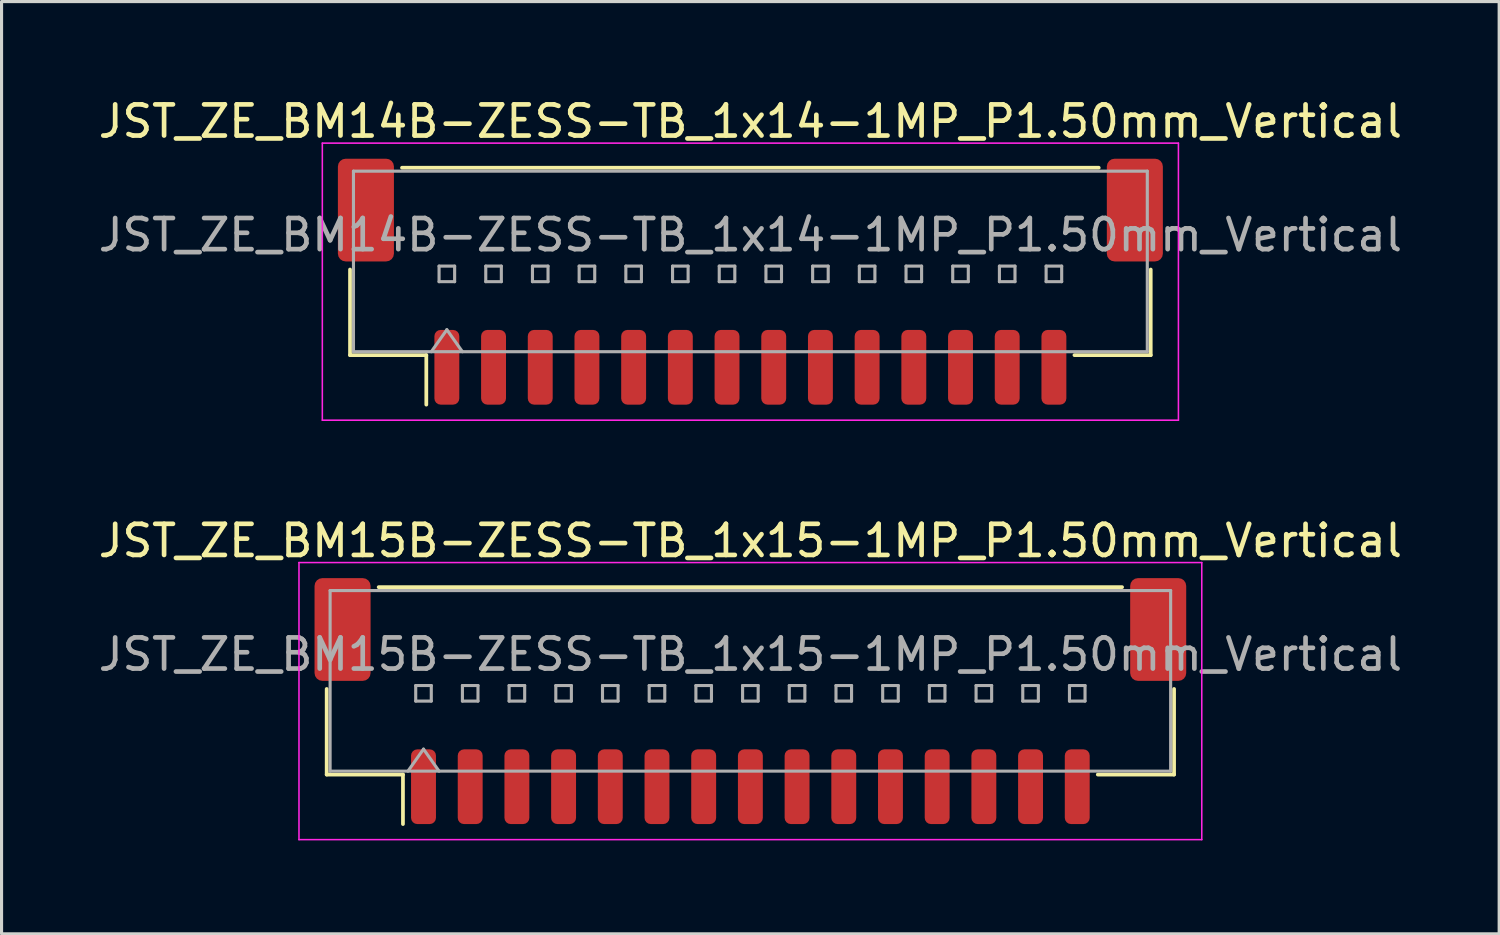
<source format=kicad_pcb>
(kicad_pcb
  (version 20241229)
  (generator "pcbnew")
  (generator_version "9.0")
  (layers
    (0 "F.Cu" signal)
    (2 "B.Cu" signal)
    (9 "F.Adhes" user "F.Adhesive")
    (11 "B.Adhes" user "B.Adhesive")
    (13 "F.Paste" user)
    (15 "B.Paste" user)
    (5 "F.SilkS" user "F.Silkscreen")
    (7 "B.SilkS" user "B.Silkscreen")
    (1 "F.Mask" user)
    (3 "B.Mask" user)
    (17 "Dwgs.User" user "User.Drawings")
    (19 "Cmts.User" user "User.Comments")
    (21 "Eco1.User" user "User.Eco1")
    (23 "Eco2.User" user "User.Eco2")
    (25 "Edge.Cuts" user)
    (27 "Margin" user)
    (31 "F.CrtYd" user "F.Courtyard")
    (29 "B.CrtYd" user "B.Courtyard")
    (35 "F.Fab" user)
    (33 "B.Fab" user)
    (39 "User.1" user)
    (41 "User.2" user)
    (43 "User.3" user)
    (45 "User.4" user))
  (footprint "JST_ZE_BM14B-ZESS-TB_1x14-1MP_P1.50mm_Vertical"
    (layer "F.Cu")
    (at 21.054 5.998)
    (property "Reference" "JST_ZE_BM14B-ZESS-TB_1x14-1MP_P1.50mm_Vertical" (at 0 -5.15 0) (layer "F.SilkS") (effects (font (size 1 1) (thickness 0.15))))
    (attr smd)
    (fp_line (start -12.86 -0.39) (end -12.86 2.36) (stroke (width 0.12) (type solid)) (layer "F.SilkS"))
    (fp_line (start -12.86 2.36) (end -10.41 2.36) (stroke (width 0.12) (type solid)) (layer "F.SilkS"))
    (fp_line (start -11.19 -3.66) (end 11.19 -3.66) (stroke (width 0.12) (type solid)) (layer "F.SilkS"))
    (fp_line (start -10.41 2.36) (end -10.41 3.95) (stroke (width 0.12) (type solid)) (layer "F.SilkS"))
    (fp_line (start 12.86 -0.39) (end 12.86 2.36) (stroke (width 0.12) (type solid)) (layer "F.SilkS"))
    (fp_line (start 12.86 2.36) (end 10.41 2.36) (stroke (width 0.12) (type solid)) (layer "F.SilkS"))
    (fp_line (start -13.75 -4.45) (end -13.75 4.45) (stroke (width 0.05) (type solid)) (layer "F.CrtYd"))
    (fp_line (start -13.75 4.45) (end 13.75 4.45) (stroke (width 0.05) (type solid)) (layer "F.CrtYd"))
    (fp_line (start 13.75 -4.45) (end -13.75 -4.45) (stroke (width 0.05) (type solid)) (layer "F.CrtYd"))
    (fp_line (start 13.75 4.45) (end 13.75 -4.45) (stroke (width 0.05) (type solid)) (layer "F.CrtYd"))
    (fp_line (start -12.75 -3.55) (end 12.75 -3.55) (stroke (width 0.1) (type solid)) (layer "F.Fab"))
    (fp_line (start -12.75 2.25) (end -12.75 -3.55) (stroke (width 0.1) (type solid)) (layer "F.Fab"))
    (fp_line (start -12.75 2.25) (end 12.75 2.25) (stroke (width 0.1) (type solid)) (layer "F.Fab"))
    (fp_line (start -10.25 2.25) (end -9.75 1.543) (stroke (width 0.1) (type solid)) (layer "F.Fab"))
    (fp_line (start -10 -0.5) (end -10 0) (stroke (width 0.1) (type solid)) (layer "F.Fab"))
    (fp_line (start -10 0) (end -9.5 0) (stroke (width 0.1) (type solid)) (layer "F.Fab"))
    (fp_line (start -9.75 1.543) (end -9.25 2.25) (stroke (width 0.1) (type solid)) (layer "F.Fab"))
    (fp_line (start -9.5 -0.5) (end -10 -0.5) (stroke (width 0.1) (type solid)) (layer "F.Fab"))
    (fp_line (start -9.5 0) (end -9.5 -0.5) (stroke (width 0.1) (type solid)) (layer "F.Fab"))
    (fp_line (start -8.5 -0.5) (end -8.5 0) (stroke (width 0.1) (type solid)) (layer "F.Fab"))
    (fp_line (start -8.5 0) (end -8 0) (stroke (width 0.1) (type solid)) (layer "F.Fab"))
    (fp_line (start -8 -0.5) (end -8.5 -0.5) (stroke (width 0.1) (type solid)) (layer "F.Fab"))
    (fp_line (start -8 0) (end -8 -0.5) (stroke (width 0.1) (type solid)) (layer "F.Fab"))
    (fp_line (start -7 -0.5) (end -7 0) (stroke (width 0.1) (type solid)) (layer "F.Fab"))
    (fp_line (start -7 0) (end -6.5 0) (stroke (width 0.1) (type solid)) (layer "F.Fab"))
    (fp_line (start -6.5 -0.5) (end -7 -0.5) (stroke (width 0.1) (type solid)) (layer "F.Fab"))
    (fp_line (start -6.5 0) (end -6.5 -0.5) (stroke (width 0.1) (type solid)) (layer "F.Fab"))
    (fp_line (start -5.5 -0.5) (end -5.5 0) (stroke (width 0.1) (type solid)) (layer "F.Fab"))
    (fp_line (start -5.5 0) (end -5 0) (stroke (width 0.1) (type solid)) (layer "F.Fab"))
    (fp_line (start -5 -0.5) (end -5.5 -0.5) (stroke (width 0.1) (type solid)) (layer "F.Fab"))
    (fp_line (start -5 0) (end -5 -0.5) (stroke (width 0.1) (type solid)) (layer "F.Fab"))
    (fp_line (start -4 -0.5) (end -4 0) (stroke (width 0.1) (type solid)) (layer "F.Fab"))
    (fp_line (start -4 0) (end -3.5 0) (stroke (width 0.1) (type solid)) (layer "F.Fab"))
    (fp_line (start -3.5 -0.5) (end -4 -0.5) (stroke (width 0.1) (type solid)) (layer "F.Fab"))
    (fp_line (start -3.5 0) (end -3.5 -0.5) (stroke (width 0.1) (type solid)) (layer "F.Fab"))
    (fp_line (start -2.5 -0.5) (end -2.5 0) (stroke (width 0.1) (type solid)) (layer "F.Fab"))
    (fp_line (start -2.5 0) (end -2 0) (stroke (width 0.1) (type solid)) (layer "F.Fab"))
    (fp_line (start -2 -0.5) (end -2.5 -0.5) (stroke (width 0.1) (type solid)) (layer "F.Fab"))
    (fp_line (start -2 0) (end -2 -0.5) (stroke (width 0.1) (type solid)) (layer "F.Fab"))
    (fp_line (start -1 -0.5) (end -1 0) (stroke (width 0.1) (type solid)) (layer "F.Fab"))
    (fp_line (start -1 0) (end -0.5 0) (stroke (width 0.1) (type solid)) (layer "F.Fab"))
    (fp_line (start -0.5 -0.5) (end -1 -0.5) (stroke (width 0.1) (type solid)) (layer "F.Fab"))
    (fp_line (start -0.5 0) (end -0.5 -0.5) (stroke (width 0.1) (type solid)) (layer "F.Fab"))
    (fp_line (start 0.5 -0.5) (end 0.5 0) (stroke (width 0.1) (type solid)) (layer "F.Fab"))
    (fp_line (start 0.5 0) (end 1 0) (stroke (width 0.1) (type solid)) (layer "F.Fab"))
    (fp_line (start 1 -0.5) (end 0.5 -0.5) (stroke (width 0.1) (type solid)) (layer "F.Fab"))
    (fp_line (start 1 0) (end 1 -0.5) (stroke (width 0.1) (type solid)) (layer "F.Fab"))
    (fp_line (start 2 -0.5) (end 2 0) (stroke (width 0.1) (type solid)) (layer "F.Fab"))
    (fp_line (start 2 0) (end 2.5 0) (stroke (width 0.1) (type solid)) (layer "F.Fab"))
    (fp_line (start 2.5 -0.5) (end 2 -0.5) (stroke (width 0.1) (type solid)) (layer "F.Fab"))
    (fp_line (start 2.5 0) (end 2.5 -0.5) (stroke (width 0.1) (type solid)) (layer "F.Fab"))
    (fp_line (start 3.5 -0.5) (end 3.5 0) (stroke (width 0.1) (type solid)) (layer "F.Fab"))
    (fp_line (start 3.5 0) (end 4 0) (stroke (width 0.1) (type solid)) (layer "F.Fab"))
    (fp_line (start 4 -0.5) (end 3.5 -0.5) (stroke (width 0.1) (type solid)) (layer "F.Fab"))
    (fp_line (start 4 0) (end 4 -0.5) (stroke (width 0.1) (type solid)) (layer "F.Fab"))
    (fp_line (start 5 -0.5) (end 5 0) (stroke (width 0.1) (type solid)) (layer "F.Fab"))
    (fp_line (start 5 0) (end 5.5 0) (stroke (width 0.1) (type solid)) (layer "F.Fab"))
    (fp_line (start 5.5 -0.5) (end 5 -0.5) (stroke (width 0.1) (type solid)) (layer "F.Fab"))
    (fp_line (start 5.5 0) (end 5.5 -0.5) (stroke (width 0.1) (type solid)) (layer "F.Fab"))
    (fp_line (start 6.5 -0.5) (end 6.5 0) (stroke (width 0.1) (type solid)) (layer "F.Fab"))
    (fp_line (start 6.5 0) (end 7 0) (stroke (width 0.1) (type solid)) (layer "F.Fab"))
    (fp_line (start 7 -0.5) (end 6.5 -0.5) (stroke (width 0.1) (type solid)) (layer "F.Fab"))
    (fp_line (start 7 0) (end 7 -0.5) (stroke (width 0.1) (type solid)) (layer "F.Fab"))
    (fp_line (start 8 -0.5) (end 8 0) (stroke (width 0.1) (type solid)) (layer "F.Fab"))
    (fp_line (start 8 0) (end 8.5 0) (stroke (width 0.1) (type solid)) (layer "F.Fab"))
    (fp_line (start 8.5 -0.5) (end 8 -0.5) (stroke (width 0.1) (type solid)) (layer "F.Fab"))
    (fp_line (start 8.5 0) (end 8.5 -0.5) (stroke (width 0.1) (type solid)) (layer "F.Fab"))
    (fp_line (start 9.5 -0.5) (end 9.5 0) (stroke (width 0.1) (type solid)) (layer "F.Fab"))
    (fp_line (start 9.5 0) (end 10 0) (stroke (width 0.1) (type solid)) (layer "F.Fab"))
    (fp_line (start 10 -0.5) (end 9.5 -0.5) (stroke (width 0.1) (type solid)) (layer "F.Fab"))
    (fp_line (start 10 0) (end 10 -0.5) (stroke (width 0.1) (type solid)) (layer "F.Fab"))
    (fp_line (start 12.75 2.25) (end 12.75 -3.55) (stroke (width 0.1) (type solid)) (layer "F.Fab"))
    (fp_text user "${REFERENCE}" (at 0 -1.5 0) (layer "F.Fab") (effects (font (size 1 1) (thickness 0.15))))
    (pad "1" smd roundrect (at -9.75 2.75) (size 0.8 2.4) (layers "F.Cu" "F.Mask" "F.Paste") (roundrect_rratio 0.25))
    (pad "2" smd roundrect (at -8.25 2.75) (size 0.8 2.4) (layers "F.Cu" "F.Mask" "F.Paste") (roundrect_rratio 0.25))
    (pad "3" smd roundrect (at -6.75 2.75) (size 0.8 2.4) (layers "F.Cu" "F.Mask" "F.Paste") (roundrect_rratio 0.25))
    (pad "4" smd roundrect (at -5.25 2.75) (size 0.8 2.4) (layers "F.Cu" "F.Mask" "F.Paste") (roundrect_rratio 0.25))
    (pad "5" smd roundrect (at -3.75 2.75) (size 0.8 2.4) (layers "F.Cu" "F.Mask" "F.Paste") (roundrect_rratio 0.25))
    (pad "6" smd roundrect (at -2.25 2.75) (size 0.8 2.4) (layers "F.Cu" "F.Mask" "F.Paste") (roundrect_rratio 0.25))
    (pad "7" smd roundrect (at -0.75 2.75) (size 0.8 2.4) (layers "F.Cu" "F.Mask" "F.Paste") (roundrect_rratio 0.25))
    (pad "8" smd roundrect (at 0.75 2.75) (size 0.8 2.4) (layers "F.Cu" "F.Mask" "F.Paste") (roundrect_rratio 0.25))
    (pad "9" smd roundrect (at 2.25 2.75) (size 0.8 2.4) (layers "F.Cu" "F.Mask" "F.Paste") (roundrect_rratio 0.25))
    (pad "10" smd roundrect (at 3.75 2.75) (size 0.8 2.4) (layers "F.Cu" "F.Mask" "F.Paste") (roundrect_rratio 0.25))
    (pad "11" smd roundrect (at 5.25 2.75) (size 0.8 2.4) (layers "F.Cu" "F.Mask" "F.Paste") (roundrect_rratio 0.25))
    (pad "12" smd roundrect (at 6.75 2.75) (size 0.8 2.4) (layers "F.Cu" "F.Mask" "F.Paste") (roundrect_rratio 0.25))
    (pad "13" smd roundrect (at 8.25 2.75) (size 0.8 2.4) (layers "F.Cu" "F.Mask" "F.Paste") (roundrect_rratio 0.25))
    (pad "14" smd roundrect (at 9.75 2.75) (size 0.8 2.4) (layers "F.Cu" "F.Mask" "F.Paste") (roundrect_rratio 0.25))
    (pad "MP" smd roundrect (at -12.35 -2.3) (size 1.8 3.3) (layers "F.Cu" "F.Mask" "F.Paste") (roundrect_rratio 0.139))
    (pad "MP" smd roundrect (at 12.35 -2.3) (size 1.8 3.3) (layers "F.Cu" "F.Mask" "F.Paste") (roundrect_rratio 0.139)))
  (footprint "JST_ZE_BM15B-ZESS-TB_1x15-1MP_P1.50mm_Vertical"
    (layer "F.Cu")
    (at 21.054 19.471)
    (property "Reference" "JST_ZE_BM15B-ZESS-TB_1x15-1MP_P1.50mm_Vertical" (at 0 -5.15 0) (layer "F.SilkS") (effects (font (size 1 1) (thickness 0.15))))
    (attr smd)
    (fp_line (start -13.61 -0.39) (end -13.61 2.36) (stroke (width 0.12) (type solid)) (layer "F.SilkS"))
    (fp_line (start -13.61 2.36) (end -11.16 2.36) (stroke (width 0.12) (type solid)) (layer "F.SilkS"))
    (fp_line (start -11.94 -3.66) (end 11.94 -3.66) (stroke (width 0.12) (type solid)) (layer "F.SilkS"))
    (fp_line (start -11.16 2.36) (end -11.16 3.95) (stroke (width 0.12) (type solid)) (layer "F.SilkS"))
    (fp_line (start 13.61 -0.39) (end 13.61 2.36) (stroke (width 0.12) (type solid)) (layer "F.SilkS"))
    (fp_line (start 13.61 2.36) (end 11.16 2.36) (stroke (width 0.12) (type solid)) (layer "F.SilkS"))
    (fp_line (start -14.5 -4.45) (end -14.5 4.45) (stroke (width 0.05) (type solid)) (layer "F.CrtYd"))
    (fp_line (start -14.5 4.45) (end 14.5 4.45) (stroke (width 0.05) (type solid)) (layer "F.CrtYd"))
    (fp_line (start 14.5 -4.45) (end -14.5 -4.45) (stroke (width 0.05) (type solid)) (layer "F.CrtYd"))
    (fp_line (start 14.5 4.45) (end 14.5 -4.45) (stroke (width 0.05) (type solid)) (layer "F.CrtYd"))
    (fp_line (start -13.5 -3.55) (end 13.5 -3.55) (stroke (width 0.1) (type solid)) (layer "F.Fab"))
    (fp_line (start -13.5 2.25) (end -13.5 -3.55) (stroke (width 0.1) (type solid)) (layer "F.Fab"))
    (fp_line (start -13.5 2.25) (end 13.5 2.25) (stroke (width 0.1) (type solid)) (layer "F.Fab"))
    (fp_line (start -11 2.25) (end -10.5 1.543) (stroke (width 0.1) (type solid)) (layer "F.Fab"))
    (fp_line (start -10.75 -0.5) (end -10.75 0) (stroke (width 0.1) (type solid)) (layer "F.Fab"))
    (fp_line (start -10.75 0) (end -10.25 0) (stroke (width 0.1) (type solid)) (layer "F.Fab"))
    (fp_line (start -10.5 1.543) (end -10 2.25) (stroke (width 0.1) (type solid)) (layer "F.Fab"))
    (fp_line (start -10.25 -0.5) (end -10.75 -0.5) (stroke (width 0.1) (type solid)) (layer "F.Fab"))
    (fp_line (start -10.25 0) (end -10.25 -0.5) (stroke (width 0.1) (type solid)) (layer "F.Fab"))
    (fp_line (start -9.25 -0.5) (end -9.25 0) (stroke (width 0.1) (type solid)) (layer "F.Fab"))
    (fp_line (start -9.25 0) (end -8.75 0) (stroke (width 0.1) (type solid)) (layer "F.Fab"))
    (fp_line (start -8.75 -0.5) (end -9.25 -0.5) (stroke (width 0.1) (type solid)) (layer "F.Fab"))
    (fp_line (start -8.75 0) (end -8.75 -0.5) (stroke (width 0.1) (type solid)) (layer "F.Fab"))
    (fp_line (start -7.75 -0.5) (end -7.75 0) (stroke (width 0.1) (type solid)) (layer "F.Fab"))
    (fp_line (start -7.75 0) (end -7.25 0) (stroke (width 0.1) (type solid)) (layer "F.Fab"))
    (fp_line (start -7.25 -0.5) (end -7.75 -0.5) (stroke (width 0.1) (type solid)) (layer "F.Fab"))
    (fp_line (start -7.25 0) (end -7.25 -0.5) (stroke (width 0.1) (type solid)) (layer "F.Fab"))
    (fp_line (start -6.25 -0.5) (end -6.25 0) (stroke (width 0.1) (type solid)) (layer "F.Fab"))
    (fp_line (start -6.25 0) (end -5.75 0) (stroke (width 0.1) (type solid)) (layer "F.Fab"))
    (fp_line (start -5.75 -0.5) (end -6.25 -0.5) (stroke (width 0.1) (type solid)) (layer "F.Fab"))
    (fp_line (start -5.75 0) (end -5.75 -0.5) (stroke (width 0.1) (type solid)) (layer "F.Fab"))
    (fp_line (start -4.75 -0.5) (end -4.75 0) (stroke (width 0.1) (type solid)) (layer "F.Fab"))
    (fp_line (start -4.75 0) (end -4.25 0) (stroke (width 0.1) (type solid)) (layer "F.Fab"))
    (fp_line (start -4.25 -0.5) (end -4.75 -0.5) (stroke (width 0.1) (type solid)) (layer "F.Fab"))
    (fp_line (start -4.25 0) (end -4.25 -0.5) (stroke (width 0.1) (type solid)) (layer "F.Fab"))
    (fp_line (start -3.25 -0.5) (end -3.25 0) (stroke (width 0.1) (type solid)) (layer "F.Fab"))
    (fp_line (start -3.25 0) (end -2.75 0) (stroke (width 0.1) (type solid)) (layer "F.Fab"))
    (fp_line (start -2.75 -0.5) (end -3.25 -0.5) (stroke (width 0.1) (type solid)) (layer "F.Fab"))
    (fp_line (start -2.75 0) (end -2.75 -0.5) (stroke (width 0.1) (type solid)) (layer "F.Fab"))
    (fp_line (start -1.75 -0.5) (end -1.75 0) (stroke (width 0.1) (type solid)) (layer "F.Fab"))
    (fp_line (start -1.75 0) (end -1.25 0) (stroke (width 0.1) (type solid)) (layer "F.Fab"))
    (fp_line (start -1.25 -0.5) (end -1.75 -0.5) (stroke (width 0.1) (type solid)) (layer "F.Fab"))
    (fp_line (start -1.25 0) (end -1.25 -0.5) (stroke (width 0.1) (type solid)) (layer "F.Fab"))
    (fp_line (start -0.25 -0.5) (end -0.25 0) (stroke (width 0.1) (type solid)) (layer "F.Fab"))
    (fp_line (start -0.25 0) (end 0.25 0) (stroke (width 0.1) (type solid)) (layer "F.Fab"))
    (fp_line (start 0.25 -0.5) (end -0.25 -0.5) (stroke (width 0.1) (type solid)) (layer "F.Fab"))
    (fp_line (start 0.25 0) (end 0.25 -0.5) (stroke (width 0.1) (type solid)) (layer "F.Fab"))
    (fp_line (start 1.25 -0.5) (end 1.25 0) (stroke (width 0.1) (type solid)) (layer "F.Fab"))
    (fp_line (start 1.25 0) (end 1.75 0) (stroke (width 0.1) (type solid)) (layer "F.Fab"))
    (fp_line (start 1.75 -0.5) (end 1.25 -0.5) (stroke (width 0.1) (type solid)) (layer "F.Fab"))
    (fp_line (start 1.75 0) (end 1.75 -0.5) (stroke (width 0.1) (type solid)) (layer "F.Fab"))
    (fp_line (start 2.75 -0.5) (end 2.75 0) (stroke (width 0.1) (type solid)) (layer "F.Fab"))
    (fp_line (start 2.75 0) (end 3.25 0) (stroke (width 0.1) (type solid)) (layer "F.Fab"))
    (fp_line (start 3.25 -0.5) (end 2.75 -0.5) (stroke (width 0.1) (type solid)) (layer "F.Fab"))
    (fp_line (start 3.25 0) (end 3.25 -0.5) (stroke (width 0.1) (type solid)) (layer "F.Fab"))
    (fp_line (start 4.25 -0.5) (end 4.25 0) (stroke (width 0.1) (type solid)) (layer "F.Fab"))
    (fp_line (start 4.25 0) (end 4.75 0) (stroke (width 0.1) (type solid)) (layer "F.Fab"))
    (fp_line (start 4.75 -0.5) (end 4.25 -0.5) (stroke (width 0.1) (type solid)) (layer "F.Fab"))
    (fp_line (start 4.75 0) (end 4.75 -0.5) (stroke (width 0.1) (type solid)) (layer "F.Fab"))
    (fp_line (start 5.75 -0.5) (end 5.75 0) (stroke (width 0.1) (type solid)) (layer "F.Fab"))
    (fp_line (start 5.75 0) (end 6.25 0) (stroke (width 0.1) (type solid)) (layer "F.Fab"))
    (fp_line (start 6.25 -0.5) (end 5.75 -0.5) (stroke (width 0.1) (type solid)) (layer "F.Fab"))
    (fp_line (start 6.25 0) (end 6.25 -0.5) (stroke (width 0.1) (type solid)) (layer "F.Fab"))
    (fp_line (start 7.25 -0.5) (end 7.25 0) (stroke (width 0.1) (type solid)) (layer "F.Fab"))
    (fp_line (start 7.25 0) (end 7.75 0) (stroke (width 0.1) (type solid)) (layer "F.Fab"))
    (fp_line (start 7.75 -0.5) (end 7.25 -0.5) (stroke (width 0.1) (type solid)) (layer "F.Fab"))
    (fp_line (start 7.75 0) (end 7.75 -0.5) (stroke (width 0.1) (type solid)) (layer "F.Fab"))
    (fp_line (start 8.75 -0.5) (end 8.75 0) (stroke (width 0.1) (type solid)) (layer "F.Fab"))
    (fp_line (start 8.75 0) (end 9.25 0) (stroke (width 0.1) (type solid)) (layer "F.Fab"))
    (fp_line (start 9.25 -0.5) (end 8.75 -0.5) (stroke (width 0.1) (type solid)) (layer "F.Fab"))
    (fp_line (start 9.25 0) (end 9.25 -0.5) (stroke (width 0.1) (type solid)) (layer "F.Fab"))
    (fp_line (start 10.25 -0.5) (end 10.25 0) (stroke (width 0.1) (type solid)) (layer "F.Fab"))
    (fp_line (start 10.25 0) (end 10.75 0) (stroke (width 0.1) (type solid)) (layer "F.Fab"))
    (fp_line (start 10.75 -0.5) (end 10.25 -0.5) (stroke (width 0.1) (type solid)) (layer "F.Fab"))
    (fp_line (start 10.75 0) (end 10.75 -0.5) (stroke (width 0.1) (type solid)) (layer "F.Fab"))
    (fp_line (start 13.5 2.25) (end 13.5 -3.55) (stroke (width 0.1) (type solid)) (layer "F.Fab"))
    (fp_text user "${REFERENCE}" (at 0 -1.5 0) (layer "F.Fab") (effects (font (size 1 1) (thickness 0.15))))
    (pad "1" smd roundrect (at -10.5 2.75) (size 0.8 2.4) (layers "F.Cu" "F.Mask" "F.Paste") (roundrect_rratio 0.25))
    (pad "2" smd roundrect (at -9 2.75) (size 0.8 2.4) (layers "F.Cu" "F.Mask" "F.Paste") (roundrect_rratio 0.25))
    (pad "3" smd roundrect (at -7.5 2.75) (size 0.8 2.4) (layers "F.Cu" "F.Mask" "F.Paste") (roundrect_rratio 0.25))
    (pad "4" smd roundrect (at -6 2.75) (size 0.8 2.4) (layers "F.Cu" "F.Mask" "F.Paste") (roundrect_rratio 0.25))
    (pad "5" smd roundrect (at -4.5 2.75) (size 0.8 2.4) (layers "F.Cu" "F.Mask" "F.Paste") (roundrect_rratio 0.25))
    (pad "6" smd roundrect (at -3 2.75) (size 0.8 2.4) (layers "F.Cu" "F.Mask" "F.Paste") (roundrect_rratio 0.25))
    (pad "7" smd roundrect (at -1.5 2.75) (size 0.8 2.4) (layers "F.Cu" "F.Mask" "F.Paste") (roundrect_rratio 0.25))
    (pad "8" smd roundrect (at 0 2.75) (size 0.8 2.4) (layers "F.Cu" "F.Mask" "F.Paste") (roundrect_rratio 0.25))
    (pad "9" smd roundrect (at 1.5 2.75) (size 0.8 2.4) (layers "F.Cu" "F.Mask" "F.Paste") (roundrect_rratio 0.25))
    (pad "10" smd roundrect (at 3 2.75) (size 0.8 2.4) (layers "F.Cu" "F.Mask" "F.Paste") (roundrect_rratio 0.25))
    (pad "11" smd roundrect (at 4.5 2.75) (size 0.8 2.4) (layers "F.Cu" "F.Mask" "F.Paste") (roundrect_rratio 0.25))
    (pad "12" smd roundrect (at 6 2.75) (size 0.8 2.4) (layers "F.Cu" "F.Mask" "F.Paste") (roundrect_rratio 0.25))
    (pad "13" smd roundrect (at 7.5 2.75) (size 0.8 2.4) (layers "F.Cu" "F.Mask" "F.Paste") (roundrect_rratio 0.25))
    (pad "14" smd roundrect (at 9 2.75) (size 0.8 2.4) (layers "F.Cu" "F.Mask" "F.Paste") (roundrect_rratio 0.25))
    (pad "15" smd roundrect (at 10.5 2.75) (size 0.8 2.4) (layers "F.Cu" "F.Mask" "F.Paste") (roundrect_rratio 0.25))
    (pad "MP" smd roundrect (at -13.1 -2.3) (size 1.8 3.3) (layers "F.Cu" "F.Mask" "F.Paste") (roundrect_rratio 0.139))
    (pad "MP" smd roundrect (at 13.1 -2.3) (size 1.8 3.3) (layers "F.Cu" "F.Mask" "F.Paste") (roundrect_rratio 0.139)))
  (gr_rect
    (start -3 -3)
    (end 45.107 26.947)
    (stroke (width 0.1) (type default))
    (fill no)
    (layer "Edge.Cuts")))
</source>
